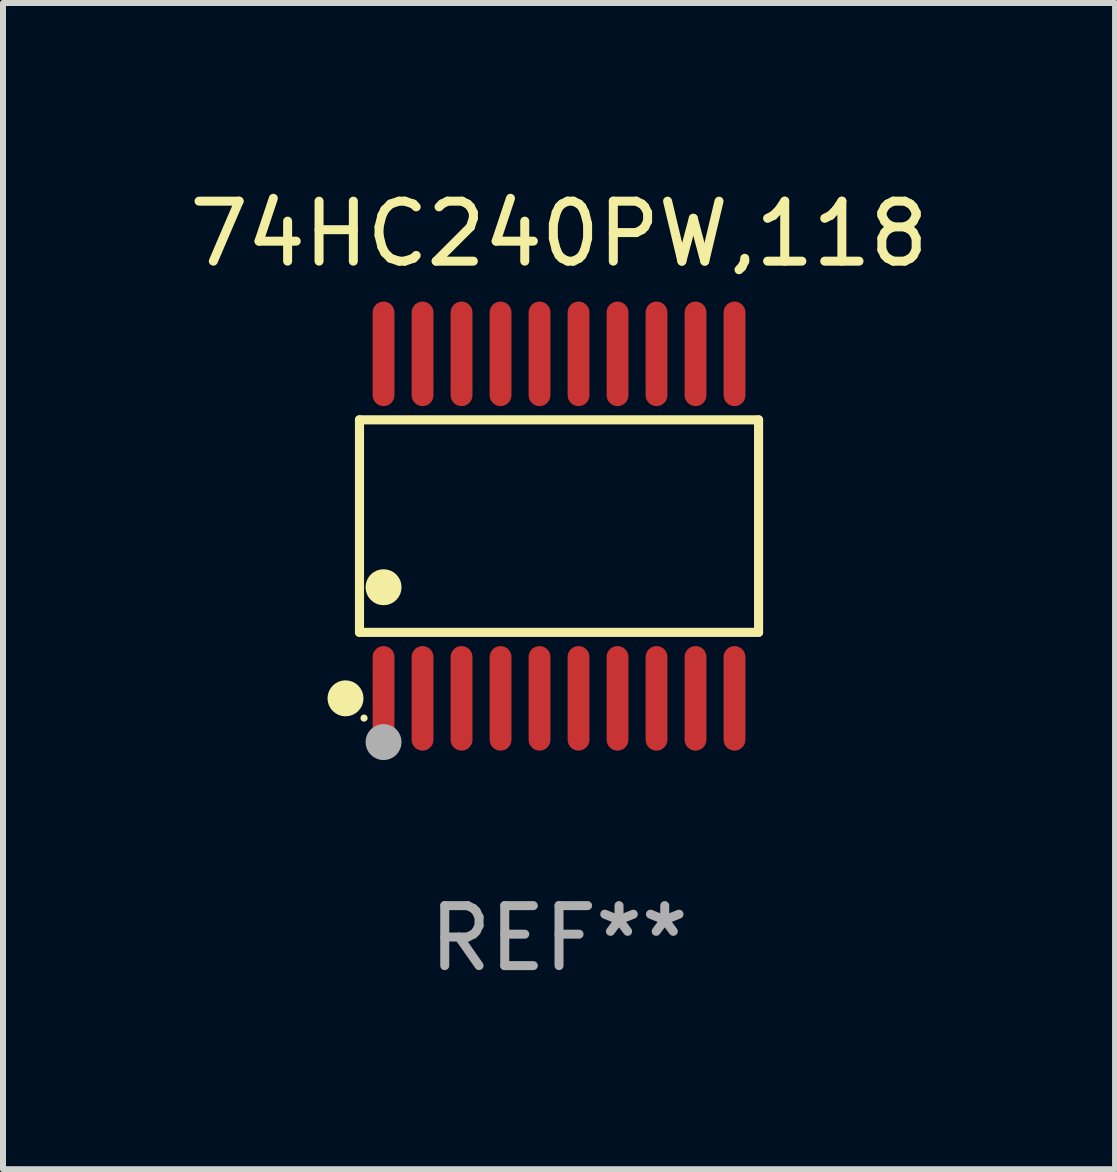
<source format=kicad_pcb>
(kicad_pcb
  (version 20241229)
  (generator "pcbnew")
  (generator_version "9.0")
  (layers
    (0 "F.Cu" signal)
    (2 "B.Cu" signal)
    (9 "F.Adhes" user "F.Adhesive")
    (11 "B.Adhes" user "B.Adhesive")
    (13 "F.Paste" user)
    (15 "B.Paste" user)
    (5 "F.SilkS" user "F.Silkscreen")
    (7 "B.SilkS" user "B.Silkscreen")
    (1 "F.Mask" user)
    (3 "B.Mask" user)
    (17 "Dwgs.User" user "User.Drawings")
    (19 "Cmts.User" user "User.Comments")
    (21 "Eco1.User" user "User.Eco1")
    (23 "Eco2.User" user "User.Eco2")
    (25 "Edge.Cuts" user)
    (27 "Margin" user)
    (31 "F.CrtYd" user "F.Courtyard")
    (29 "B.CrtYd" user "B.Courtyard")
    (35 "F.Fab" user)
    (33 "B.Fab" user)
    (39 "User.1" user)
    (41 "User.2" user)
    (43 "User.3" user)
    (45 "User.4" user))
  (footprint "74HC240PW,118"
    (layer "F.Cu")
    (at 6.268 5.719)
    (property "Reference" "74HC240PW,118" (at 0 -4.871 0) (layer "F.SilkS") (effects (font (size 1 1) (thickness 0.15))))
    (attr through_hole)
    (fp_line (start -3.326 -1.771) (end 3.326 -1.771) (stroke (width 0.152) (type solid)) (layer "F.SilkS"))
    (fp_line (start -3.326 1.771) (end -3.326 -1.771) (stroke (width 0.152) (type solid)) (layer "F.SilkS"))
    (fp_line (start 3.326 -1.771) (end 3.326 1.771) (stroke (width 0.152) (type solid)) (layer "F.SilkS"))
    (fp_line (start 3.326 1.771) (end -3.326 1.771) (stroke (width 0.152) (type solid)) (layer "F.SilkS"))
    (fp_circle (center -3.559 2.871) (end -3.409 2.871) (stroke (width 0.3) (type solid)) (fill no) (layer "F.SilkS"))
    (fp_circle (center -3.25 3.2) (end -3.22 3.2) (stroke (width 0.06) (type solid)) (fill no) (layer "F.SilkS"))
    (fp_circle (center -2.925 1.019) (end -2.775 1.019) (stroke (width 0.3) (type solid)) (fill no) (layer "F.SilkS"))
    (fp_circle (center -2.925 3.6) (end -2.775 3.6) (stroke (width 0.3) (type solid)) (fill no) (layer "F.Fab"))
    (fp_text user "REF**" (at 0 6.871 0) (layer "F.Fab") (effects (font (size 1 1) (thickness 0.15))))
    (pad "1" smd oval (at -2.925 2.871) (size 0.364 1.742) (layers "F.Cu" "F.Mask" "F.Paste"))
    (pad "2" smd oval (at -2.275 2.871) (size 0.364 1.742) (layers "F.Cu" "F.Mask" "F.Paste"))
    (pad "3" smd oval (at -1.625 2.871) (size 0.364 1.742) (layers "F.Cu" "F.Mask" "F.Paste"))
    (pad "4" smd oval (at -0.975 2.871) (size 0.364 1.742) (layers "F.Cu" "F.Mask" "F.Paste"))
    (pad "5" smd oval (at -0.325 2.871) (size 0.364 1.742) (layers "F.Cu" "F.Mask" "F.Paste"))
    (pad "6" smd oval (at 0.325 2.871) (size 0.364 1.742) (layers "F.Cu" "F.Mask" "F.Paste"))
    (pad "7" smd oval (at 0.975 2.871) (size 0.364 1.742) (layers "F.Cu" "F.Mask" "F.Paste"))
    (pad "8" smd oval (at 1.625 2.871) (size 0.364 1.742) (layers "F.Cu" "F.Mask" "F.Paste"))
    (pad "9" smd oval (at 2.275 2.871) (size 0.364 1.742) (layers "F.Cu" "F.Mask" "F.Paste"))
    (pad "10" smd oval (at 2.925 2.871) (size 0.364 1.742) (layers "F.Cu" "F.Mask" "F.Paste"))
    (pad "11" smd oval (at 2.925 -2.871) (size 0.364 1.742) (layers "F.Cu" "F.Mask" "F.Paste"))
    (pad "12" smd oval (at 2.275 -2.871) (size 0.364 1.742) (layers "F.Cu" "F.Mask" "F.Paste"))
    (pad "13" smd oval (at 1.625 -2.871) (size 0.364 1.742) (layers "F.Cu" "F.Mask" "F.Paste"))
    (pad "14" smd oval (at 0.975 -2.871) (size 0.364 1.742) (layers "F.Cu" "F.Mask" "F.Paste"))
    (pad "15" smd oval (at 0.325 -2.871) (size 0.364 1.742) (layers "F.Cu" "F.Mask" "F.Paste"))
    (pad "16" smd oval (at -0.325 -2.871) (size 0.364 1.742) (layers "F.Cu" "F.Mask" "F.Paste"))
    (pad "17" smd oval (at -0.975 -2.871) (size 0.364 1.742) (layers "F.Cu" "F.Mask" "F.Paste"))
    (pad "18" smd oval (at -1.625 -2.871) (size 0.364 1.742) (layers "F.Cu" "F.Mask" "F.Paste"))
    (pad "19" smd oval (at -2.275 -2.871) (size 0.364 1.742) (layers "F.Cu" "F.Mask" "F.Paste"))
    (pad "20" smd oval (at -2.925 -2.871) (size 0.364 1.742) (layers "F.Cu" "F.Mask" "F.Paste")))
  (gr_rect
    (start -3 -3)
    (end 15.536 16.438)
    (stroke (width 0.1) (type default))
    (fill no)
    (layer "Edge.Cuts")))
</source>
